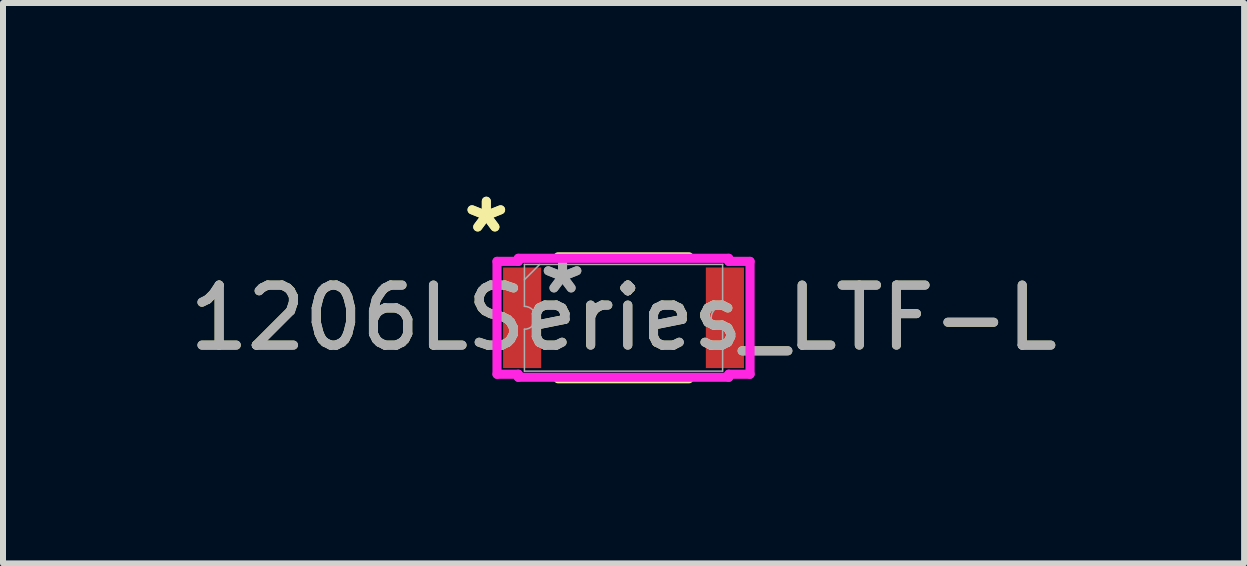
<source format=kicad_pcb>
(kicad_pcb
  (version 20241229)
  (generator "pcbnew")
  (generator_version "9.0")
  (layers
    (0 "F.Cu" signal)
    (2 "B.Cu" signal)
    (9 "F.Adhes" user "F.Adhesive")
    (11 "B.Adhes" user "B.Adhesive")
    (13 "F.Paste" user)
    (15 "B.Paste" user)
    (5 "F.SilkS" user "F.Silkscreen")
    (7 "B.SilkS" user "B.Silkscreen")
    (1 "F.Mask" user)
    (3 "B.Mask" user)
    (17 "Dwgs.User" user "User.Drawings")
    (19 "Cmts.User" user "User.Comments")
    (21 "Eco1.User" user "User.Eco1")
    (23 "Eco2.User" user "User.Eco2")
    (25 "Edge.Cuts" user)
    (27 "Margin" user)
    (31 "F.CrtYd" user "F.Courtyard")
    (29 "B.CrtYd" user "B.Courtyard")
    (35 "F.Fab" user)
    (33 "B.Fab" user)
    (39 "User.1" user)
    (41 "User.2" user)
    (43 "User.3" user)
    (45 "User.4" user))
  (footprint "1206LSeries_LTF-L"
    (layer "F.Cu")
    (at 7.339 2.245)
    (property "Reference" "1206LSeries_LTF-L" (at 0 0 0) (unlocked yes) (layer "F.SilkS") (effects (font (size 1 1) (thickness 0.15))))
    (attr smd)
    (fp_line (start -1.09 -1.016) (end 1.09 -1.016) (stroke (width 0.152) (type solid)) (layer "F.SilkS"))
    (fp_line (start -1.09 1.016) (end 1.09 1.016) (stroke (width 0.152) (type solid)) (layer "F.SilkS"))
    (fp_line (start -2.108 -0.94) (end -1.753 -0.94) (stroke (width 0.152) (type solid)) (layer "F.CrtYd"))
    (fp_line (start -2.108 0.94) (end -2.108 -0.94) (stroke (width 0.152) (type solid)) (layer "F.CrtYd"))
    (fp_line (start -2.108 0.94) (end -1.753 0.94) (stroke (width 0.152) (type solid)) (layer "F.CrtYd"))
    (fp_line (start -1.753 -0.991) (end 1.753 -0.991) (stroke (width 0.152) (type solid)) (layer "F.CrtYd"))
    (fp_line (start -1.753 -0.94) (end -1.753 -0.991) (stroke (width 0.152) (type solid)) (layer "F.CrtYd"))
    (fp_line (start -1.753 0.991) (end -1.753 0.94) (stroke (width 0.152) (type solid)) (layer "F.CrtYd"))
    (fp_line (start 1.753 -0.991) (end 1.753 -0.94) (stroke (width 0.152) (type solid)) (layer "F.CrtYd"))
    (fp_line (start 1.753 0.94) (end 1.753 0.991) (stroke (width 0.152) (type solid)) (layer "F.CrtYd"))
    (fp_line (start 1.753 0.991) (end -1.753 0.991) (stroke (width 0.152) (type solid)) (layer "F.CrtYd"))
    (fp_line (start 2.108 -0.94) (end 1.753 -0.94) (stroke (width 0.152) (type solid)) (layer "F.CrtYd"))
    (fp_line (start 2.108 -0.94) (end 2.108 0.94) (stroke (width 0.152) (type solid)) (layer "F.CrtYd"))
    (fp_line (start 2.108 0.94) (end 1.753 0.94) (stroke (width 0.152) (type solid)) (layer "F.CrtYd"))
    (fp_line (start -1.651 -0.889) (end 1.651 -0.889) (stroke (width 0.025) (type solid)) (layer "F.Fab"))
    (fp_line (start -1.651 -0.191) (end -1.651 -0.889) (stroke (width 0.025) (type solid)) (layer "F.Fab"))
    (fp_line (start -1.651 0.191) (end -1.651 0.889) (stroke (width 0.025) (type solid)) (layer "F.Fab"))
    (fp_line (start -1.651 0.889) (end 1.651 0.889) (stroke (width 0.025) (type solid)) (layer "F.Fab"))
    (fp_line (start -1.397 -0.889) (end -1.651 -0.635) (stroke (width 0.025) (type solid)) (layer "F.Fab"))
    (fp_line (start 1.651 -0.191) (end 1.651 -0.889) (stroke (width 0.025) (type solid)) (layer "F.Fab"))
    (fp_line (start 1.651 0.191) (end 1.651 0.889) (stroke (width 0.025) (type solid)) (layer "F.Fab"))
    (fp_arc (start -1.651 -0.1905) (mid -1.4605 0) (end -1.651 0.1905) (stroke (width 0.0254) (type solid)) (layer "F.Fab"))
    (fp_arc (start 1.651 0.1905) (mid 1.4605 0) (end 1.651 -0.1905) (stroke (width 0.0254) (type solid)) (layer "F.Fab"))
    (fp_text user "*" (at -2.286 -1.397 0) (layer "F.SilkS") (effects (font (size 1 1) (thickness 0.15))))
    (fp_text user "*" (at -2.286 -1.397 0) (unlocked yes) (layer "F.SilkS") (effects (font (size 1 1) (thickness 0.15))))
    (fp_text user "${REFERENCE}" (at 0 0 0) (unlocked yes) (layer "F.Fab") (effects (font (size 1 1) (thickness 0.15))))
    (fp_text user "*" (at -1.016 -0.381 0) (unlocked yes) (layer "F.Fab") (effects (font (size 1 1) (thickness 0.15))))
    (fp_text user "*" (at -1.016 -0.381 0) (layer "F.Fab") (effects (font (size 1 1) (thickness 0.15))))
    (pad "1" smd rect (at -1.689 0) (size 0.635 1.676) (layers "F.Cu" "F.Mask" "F.Paste"))
    (pad "2" smd rect (at 1.689 0) (size 0.635 1.676) (layers "F.Cu" "F.Mask" "F.Paste")))
  (gr_rect
    (start -3 -3)
    (end 17.679 6.337)
    (stroke (width 0.1) (type default))
    (fill no)
    (layer "Edge.Cuts")))
</source>
